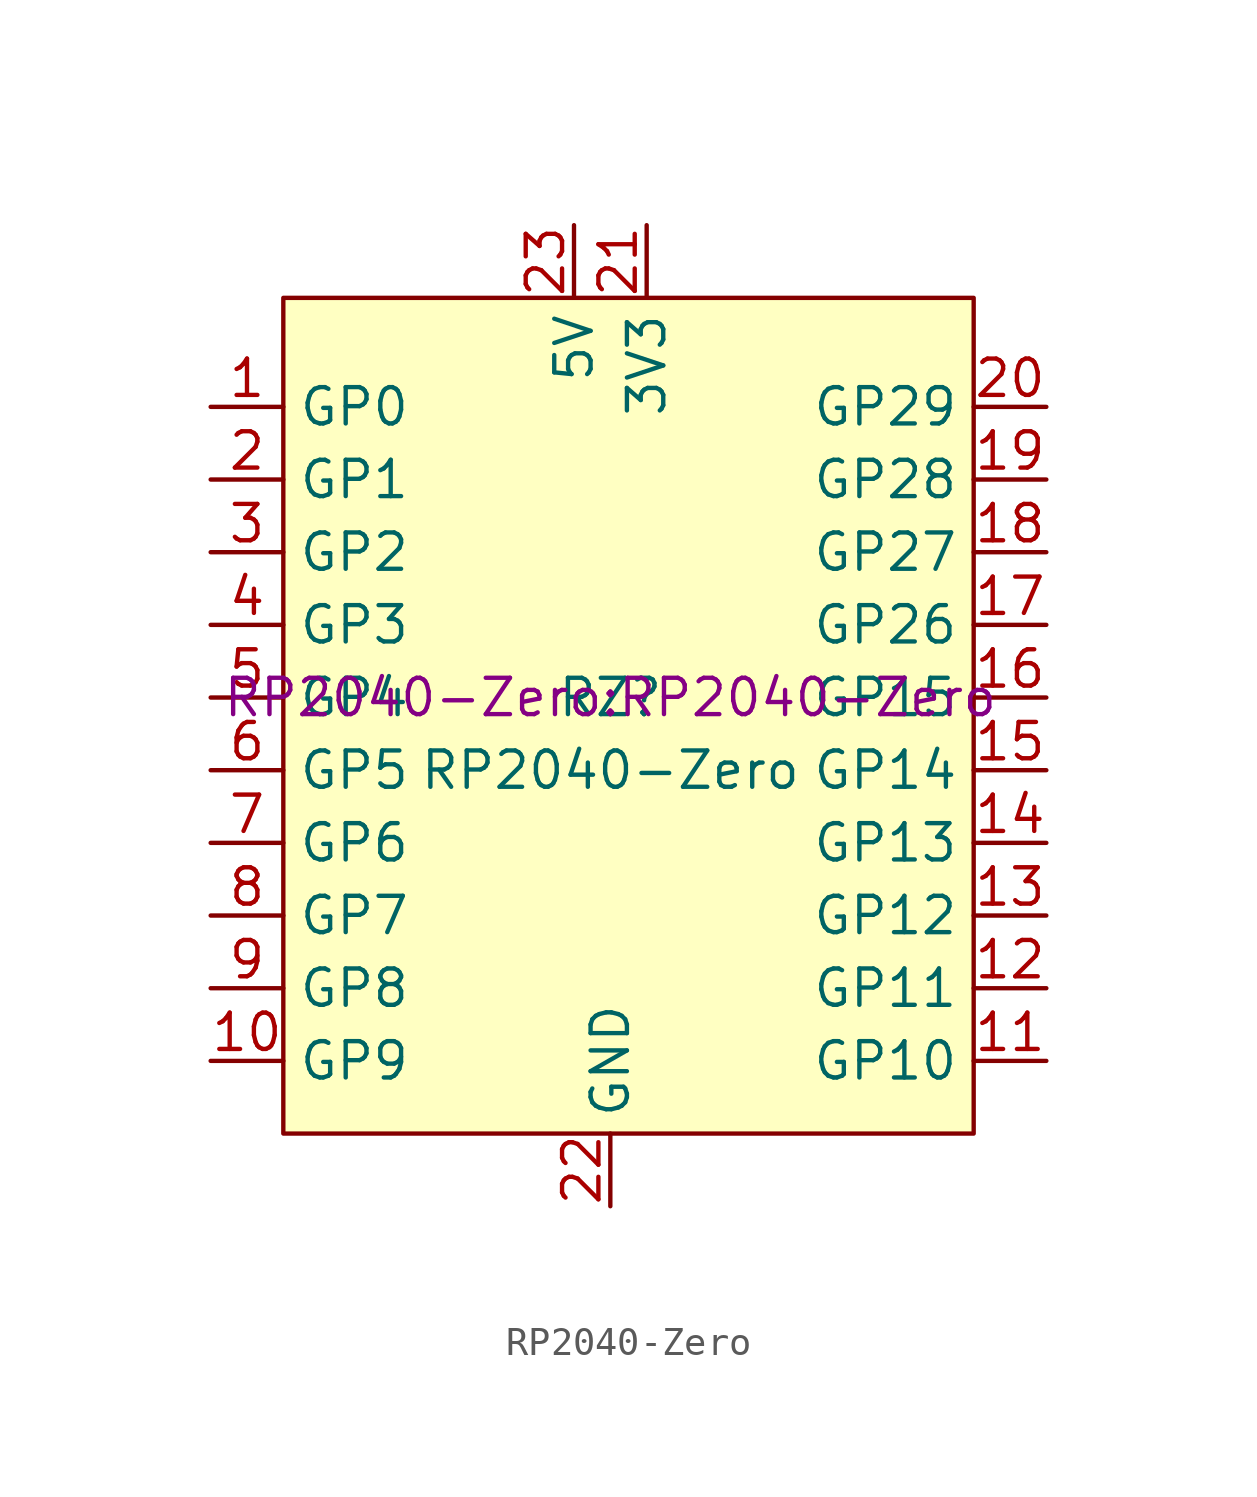
<source format=kicad_sym>
(kicad_symbol_lib
  (version 20241209)
  (generator "kicad_symbol_editor")
  (generator_version "9.0")
  (symbol "RP2040-Zero"
    (property "Reference" "RZ"
      (at 0 0 0)
      (effects (font (size 1.27 1.27))))
    (property "Value" "RP2040-Zero"
      (at 0 -2.54 0)
      (effects (font (size 1.27 1.27))))
    (property "Footprint" "RP2040-Zero:RP2040-Zero"
      (at 0 0 0)
      (effects (font (size 1.27 1.27))))
    (symbol "RP2040-Zero_0_1"
      (rectangle (start -11.43 -15.24) (end 12.7 13.97) (stroke (width 0) (type default)) (fill (type background))))
    (symbol "RP2040-Zero_1_1"
      (pin bidirectional line (at -13.97 10.16 0) (length 2.54) (name "GP0" (effects (font (size 1.27 1.27)))) (number "1" (effects (font (size 1.27 1.27)))))
      (pin bidirectional line (at -13.97 7.62 0) (length 2.54) (name "GP1" (effects (font (size 1.27 1.27)))) (number "2" (effects (font (size 1.27 1.27)))))
      (pin bidirectional line (at -13.97 5.08 0) (length 2.54) (name "GP2" (effects (font (size 1.27 1.27)))) (number "3" (effects (font (size 1.27 1.27)))))
      (pin bidirectional line (at -13.97 2.54 0) (length 2.54) (name "GP3" (effects (font (size 1.27 1.27)))) (number "4" (effects (font (size 1.27 1.27)))))
      (pin bidirectional line (at -13.97 0 0) (length 2.54) (name "GP4" (effects (font (size 1.27 1.27)))) (number "5" (effects (font (size 1.27 1.27)))))
      (pin bidirectional line (at -13.97 -2.54 0) (length 2.54) (name "GP5" (effects (font (size 1.27 1.27)))) (number "6" (effects (font (size 1.27 1.27)))))
      (pin bidirectional line (at -13.97 -5.08 0) (length 2.54) (name "GP6" (effects (font (size 1.27 1.27)))) (number "7" (effects (font (size 1.27 1.27)))))
      (pin bidirectional line (at -13.97 -7.62 0) (length 2.54) (name "GP7" (effects (font (size 1.27 1.27)))) (number "8" (effects (font (size 1.27 1.27)))))
      (pin bidirectional line (at -13.97 -10.16 0) (length 2.54) (name "GP8" (effects (font (size 1.27 1.27)))) (number "9" (effects (font (size 1.27 1.27)))))
      (pin bidirectional line (at -13.97 -12.7 0) (length 2.54) (name "GP9" (effects (font (size 1.27 1.27)))) (number "10" (effects (font (size 1.27 1.27)))))
      (pin power_in line (at -1.27 16.51 270) (length 2.54) (name "5V" (effects (font (size 1.27 1.27)))) (number "23" (effects (font (size 1.27 1.27)))))
      (pin power_in line (at 0 -17.78 90) (length 2.54) (name "GND" (effects (font (size 1.27 1.27)))) (number "22" (effects (font (size 1.27 1.27)))))
      (pin power_in line (at 1.27 16.51 270) (length 2.54) (name "3V3" (effects (font (size 1.27 1.27)))) (number "21" (effects (font (size 1.27 1.27)))))
      (pin bidirectional line (at 15.24 10.16 180) (length 2.54) (name "GP29" (effects (font (size 1.27 1.27)))) (number "20" (effects (font (size 1.27 1.27)))))
      (pin bidirectional line (at 15.24 7.62 180) (length 2.54) (name "GP28" (effects (font (size 1.27 1.27)))) (number "19" (effects (font (size 1.27 1.27)))))
      (pin bidirectional line (at 15.24 5.08 180) (length 2.54) (name "GP27" (effects (font (size 1.27 1.27)))) (number "18" (effects (font (size 1.27 1.27)))))
      (pin bidirectional line (at 15.24 2.54 180) (length 2.54) (name "GP26" (effects (font (size 1.27 1.27)))) (number "17" (effects (font (size 1.27 1.27)))))
      (pin bidirectional line (at 15.24 0 180) (length 2.54) (name "GP15" (effects (font (size 1.27 1.27)))) (number "16" (effects (font (size 1.27 1.27)))))
      (pin bidirectional line (at 15.24 -2.54 180) (length 2.54) (name "GP14" (effects (font (size 1.27 1.27)))) (number "15" (effects (font (size 1.27 1.27)))))
      (pin bidirectional line (at 15.24 -5.08 180) (length 2.54) (name "GP13" (effects (font (size 1.27 1.27)))) (number "14" (effects (font (size 1.27 1.27)))))
      (pin bidirectional line (at 15.24 -7.62 180) (length 2.54) (name "GP12" (effects (font (size 1.27 1.27)))) (number "13" (effects (font (size 1.27 1.27)))))
      (pin bidirectional line (at 15.24 -10.16 180) (length 2.54) (name "GP11" (effects (font (size 1.27 1.27)))) (number "12" (effects (font (size 1.27 1.27)))))
      (pin bidirectional line (at 15.24 -12.7 180) (length 2.54) (name "GP10" (effects (font (size 1.27 1.27)))) (number "11" (effects (font (size 1.27 1.27))))))))
</source>
